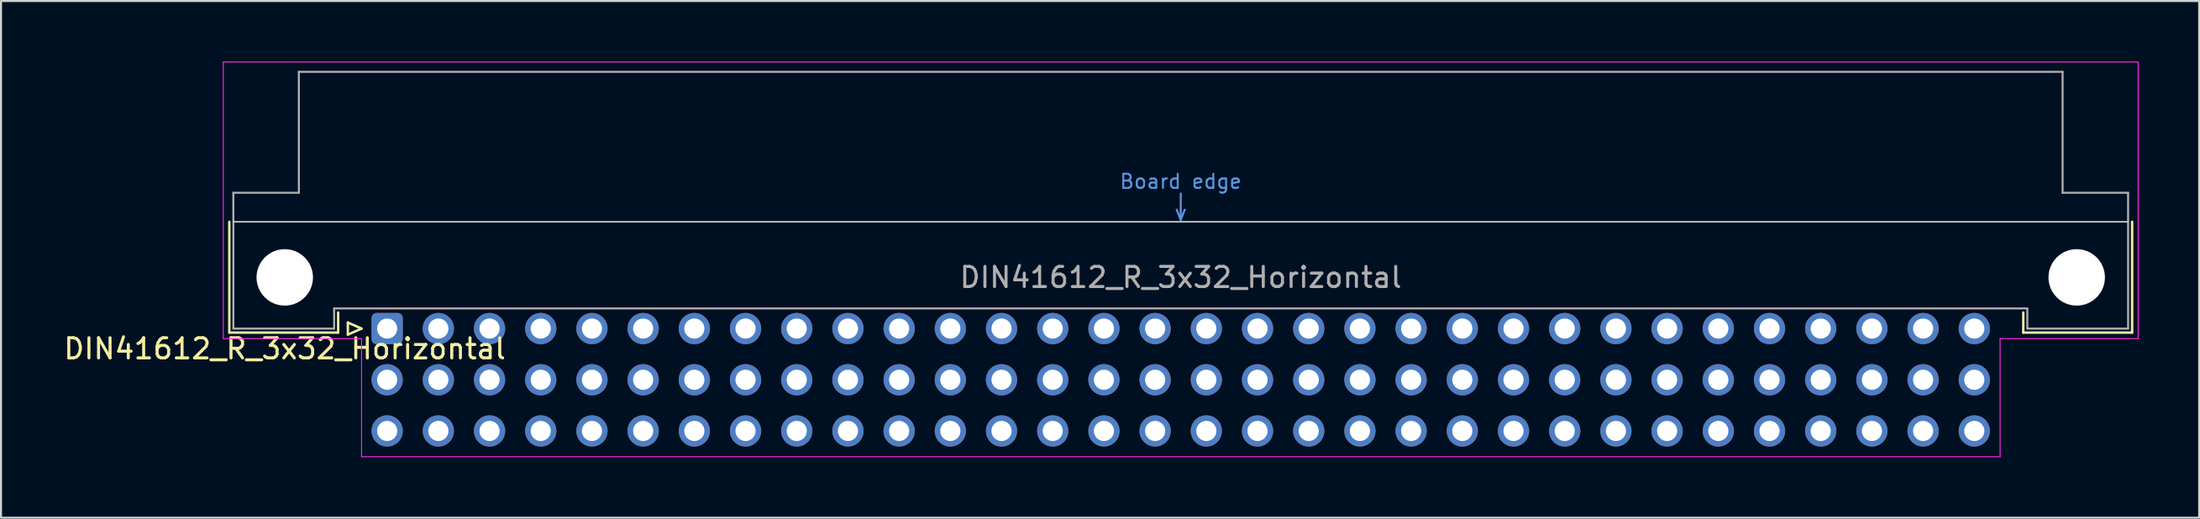
<source format=kicad_pcb>
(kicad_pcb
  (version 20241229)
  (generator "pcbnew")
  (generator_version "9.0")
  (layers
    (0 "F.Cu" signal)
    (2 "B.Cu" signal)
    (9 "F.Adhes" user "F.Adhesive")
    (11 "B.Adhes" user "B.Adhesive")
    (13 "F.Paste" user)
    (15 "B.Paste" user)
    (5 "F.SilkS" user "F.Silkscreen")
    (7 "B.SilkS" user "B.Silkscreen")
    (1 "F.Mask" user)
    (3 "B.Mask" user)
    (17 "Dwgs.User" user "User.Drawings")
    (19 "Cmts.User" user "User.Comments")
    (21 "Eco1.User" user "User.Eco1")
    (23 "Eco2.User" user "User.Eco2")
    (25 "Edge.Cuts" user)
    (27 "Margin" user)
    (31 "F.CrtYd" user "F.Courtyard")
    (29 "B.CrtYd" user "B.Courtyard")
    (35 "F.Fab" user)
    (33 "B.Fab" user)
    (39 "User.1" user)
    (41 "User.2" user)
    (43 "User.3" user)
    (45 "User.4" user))
  (footprint "DIN41612_R_3x32_Horizontal"
    (layer "F.Cu")
    (at 16.157 13.255)
    (property "Reference" "DIN41612_R_3x32_Horizontal" (at -5.08 1 0) (layer "F.SilkS") (effects (font (size 1 1) (thickness 0.15))))
    (attr through_hole)
    (fp_line (start -7.83 -5.3) (end -7.83 0.2) (stroke (width 0.12) (type solid)) (layer "F.SilkS"))
    (fp_line (start -7.83 0.2) (end -2.43 0.2) (stroke (width 0.12) (type solid)) (layer "F.SilkS"))
    (fp_line (start -2.43 0.2) (end -2.43 -0.8) (stroke (width 0.12) (type solid)) (layer "F.SilkS"))
    (fp_line (start -1.95 -0.3) (end -1.95 0.3) (stroke (width 0.12) (type solid)) (layer "F.SilkS"))
    (fp_line (start -1.95 0.3) (end -1.27 0) (stroke (width 0.12) (type solid)) (layer "F.SilkS"))
    (fp_line (start -1.27 0) (end -1.95 -0.3) (stroke (width 0.12) (type solid)) (layer "F.SilkS"))
    (fp_line (start 81.17 0.2) (end 81.17 -0.8) (stroke (width 0.12) (type solid)) (layer "F.SilkS"))
    (fp_line (start 86.57 -5.3) (end 86.57 0.2) (stroke (width 0.12) (type solid)) (layer "F.SilkS"))
    (fp_line (start 86.57 0.2) (end 81.17 0.2) (stroke (width 0.12) (type solid)) (layer "F.SilkS"))
    (fp_line (start -7.63 -5.3) (end 86.37 -5.3) (stroke (width 0.08) (type solid)) (layer "Dwgs.User"))
    (fp_line (start 39.17 -5.9) (end 39.37 -5.4) (stroke (width 0.1) (type solid)) (layer "Cmts.User"))
    (fp_line (start 39.37 -5.4) (end 39.37 -6.7) (stroke (width 0.1) (type solid)) (layer "Cmts.User"))
    (fp_line (start 39.37 -5.4) (end 39.57 -5.9) (stroke (width 0.1) (type solid)) (layer "Cmts.User"))
    (fp_line (start -8.13 -13.23) (end -8.13 0.5) (stroke (width 0.05) (type solid)) (layer "F.CrtYd"))
    (fp_line (start -8.13 0.5) (end -1.27 0.5) (stroke (width 0.05) (type solid)) (layer "F.CrtYd"))
    (fp_line (start -1.27 0.5) (end -1.27 6.36) (stroke (width 0.05) (type solid)) (layer "F.CrtYd"))
    (fp_line (start -1.27 6.36) (end 80.02 6.36) (stroke (width 0.05) (type solid)) (layer "F.CrtYd"))
    (fp_line (start 80.02 0.5) (end 86.87 0.5) (stroke (width 0.05) (type solid)) (layer "F.CrtYd"))
    (fp_line (start 80.02 6.36) (end 80.02 0.5) (stroke (width 0.05) (type solid)) (layer "F.CrtYd"))
    (fp_line (start 86.87 -13.23) (end -8.13 -13.23) (stroke (width 0.05) (type solid)) (layer "F.CrtYd"))
    (fp_line (start 86.87 0.5) (end 86.87 -13.23) (stroke (width 0.05) (type solid)) (layer "F.CrtYd"))
    (fp_line (start -7.63 -6.74) (end -7.63 0) (stroke (width 0.1) (type solid)) (layer "F.Fab"))
    (fp_line (start -7.63 0) (end -2.63 0) (stroke (width 0.1) (type solid)) (layer "F.Fab"))
    (fp_line (start -4.38 -12.74) (end -4.38 -6.74) (stroke (width 0.1) (type solid)) (layer "F.Fab"))
    (fp_line (start -4.38 -6.74) (end -7.63 -6.74) (stroke (width 0.1) (type solid)) (layer "F.Fab"))
    (fp_line (start -2.63 -1) (end 81.37 -1) (stroke (width 0.1) (type solid)) (layer "F.Fab"))
    (fp_line (start -2.63 0) (end -2.63 -1) (stroke (width 0.1) (type solid)) (layer "F.Fab"))
    (fp_line (start 81.37 -1) (end 81.37 0) (stroke (width 0.1) (type solid)) (layer "F.Fab"))
    (fp_line (start 81.37 0) (end 86.37 0) (stroke (width 0.1) (type solid)) (layer "F.Fab"))
    (fp_line (start 83.12 -12.74) (end -4.38 -12.74) (stroke (width 0.1) (type solid)) (layer "F.Fab"))
    (fp_line (start 83.12 -6.74) (end 83.12 -12.74) (stroke (width 0.1) (type solid)) (layer "F.Fab"))
    (fp_line (start 86.37 -6.74) (end 83.12 -6.74) (stroke (width 0.1) (type solid)) (layer "F.Fab"))
    (fp_line (start 86.37 0) (end 86.37 -6.74) (stroke (width 0.1) (type solid)) (layer "F.Fab"))
    (fp_text user "Board edge" (at 39.37 -7.3 0) (layer "Cmts.User") (effects (font (size 0.7 0.7) (thickness 0.1))))
    (fp_text user "${REFERENCE}" (at 39.37 -2.54 0) (layer "F.Fab") (effects (font (size 1 1) (thickness 0.15))))
    (pad "" np_thru_hole circle (at -5.08 -2.54) (size 2.8 2.8) (drill 2.8) (layers "*.Cu" "*.Mask"))
    (pad "" np_thru_hole circle (at 83.82 -2.54) (size 2.8 2.8) (drill 2.8) (layers "*.Cu" "*.Mask"))
    (pad "a1" thru_hole roundrect (at 0 0) (size 1.55 1.55) (drill 1) (layers "*.Cu" "*.Mask") (roundrect_rratio 0.161))
    (pad "a2" thru_hole circle (at 2.54 0) (size 1.55 1.55) (drill 1) (layers "*.Cu" "*.Mask"))
    (pad "a3" thru_hole circle (at 5.08 0) (size 1.55 1.55) (drill 1) (layers "*.Cu" "*.Mask"))
    (pad "a4" thru_hole circle (at 7.62 0) (size 1.55 1.55) (drill 1) (layers "*.Cu" "*.Mask"))
    (pad "a5" thru_hole circle (at 10.16 0) (size 1.55 1.55) (drill 1) (layers "*.Cu" "*.Mask"))
    (pad "a6" thru_hole circle (at 12.7 0) (size 1.55 1.55) (drill 1) (layers "*.Cu" "*.Mask"))
    (pad "a7" thru_hole circle (at 15.24 0) (size 1.55 1.55) (drill 1) (layers "*.Cu" "*.Mask"))
    (pad "a8" thru_hole circle (at 17.78 0) (size 1.55 1.55) (drill 1) (layers "*.Cu" "*.Mask"))
    (pad "a9" thru_hole circle (at 20.32 0) (size 1.55 1.55) (drill 1) (layers "*.Cu" "*.Mask"))
    (pad "a10" thru_hole circle (at 22.86 0) (size 1.55 1.55) (drill 1) (layers "*.Cu" "*.Mask"))
    (pad "a11" thru_hole circle (at 25.4 0) (size 1.55 1.55) (drill 1) (layers "*.Cu" "*.Mask"))
    (pad "a12" thru_hole circle (at 27.94 0) (size 1.55 1.55) (drill 1) (layers "*.Cu" "*.Mask"))
    (pad "a13" thru_hole circle (at 30.48 0) (size 1.55 1.55) (drill 1) (layers "*.Cu" "*.Mask"))
    (pad "a14" thru_hole circle (at 33.02 0) (size 1.55 1.55) (drill 1) (layers "*.Cu" "*.Mask"))
    (pad "a15" thru_hole circle (at 35.56 0) (size 1.55 1.55) (drill 1) (layers "*.Cu" "*.Mask"))
    (pad "a16" thru_hole circle (at 38.1 0) (size 1.55 1.55) (drill 1) (layers "*.Cu" "*.Mask"))
    (pad "a17" thru_hole circle (at 40.64 0) (size 1.55 1.55) (drill 1) (layers "*.Cu" "*.Mask"))
    (pad "a18" thru_hole circle (at 43.18 0) (size 1.55 1.55) (drill 1) (layers "*.Cu" "*.Mask"))
    (pad "a19" thru_hole circle (at 45.72 0) (size 1.55 1.55) (drill 1) (layers "*.Cu" "*.Mask"))
    (pad "a20" thru_hole circle (at 48.26 0) (size 1.55 1.55) (drill 1) (layers "*.Cu" "*.Mask"))
    (pad "a21" thru_hole circle (at 50.8 0) (size 1.55 1.55) (drill 1) (layers "*.Cu" "*.Mask"))
    (pad "a22" thru_hole circle (at 53.34 0) (size 1.55 1.55) (drill 1) (layers "*.Cu" "*.Mask"))
    (pad "a23" thru_hole circle (at 55.88 0) (size 1.55 1.55) (drill 1) (layers "*.Cu" "*.Mask"))
    (pad "a24" thru_hole circle (at 58.42 0) (size 1.55 1.55) (drill 1) (layers "*.Cu" "*.Mask"))
    (pad "a25" thru_hole circle (at 60.96 0) (size 1.55 1.55) (drill 1) (layers "*.Cu" "*.Mask"))
    (pad "a26" thru_hole circle (at 63.5 0) (size 1.55 1.55) (drill 1) (layers "*.Cu" "*.Mask"))
    (pad "a27" thru_hole circle (at 66.04 0) (size 1.55 1.55) (drill 1) (layers "*.Cu" "*.Mask"))
    (pad "a28" thru_hole circle (at 68.58 0) (size 1.55 1.55) (drill 1) (layers "*.Cu" "*.Mask"))
    (pad "a29" thru_hole circle (at 71.12 0) (size 1.55 1.55) (drill 1) (layers "*.Cu" "*.Mask"))
    (pad "a30" thru_hole circle (at 73.66 0) (size 1.55 1.55) (drill 1) (layers "*.Cu" "*.Mask"))
    (pad "a31" thru_hole circle (at 76.2 0) (size 1.55 1.55) (drill 1) (layers "*.Cu" "*.Mask"))
    (pad "a32" thru_hole circle (at 78.74 0) (size 1.55 1.55) (drill 1) (layers "*.Cu" "*.Mask"))
    (pad "b1" thru_hole circle (at 0 2.54) (size 1.55 1.55) (drill 1) (layers "*.Cu" "*.Mask"))
    (pad "b2" thru_hole circle (at 2.54 2.54) (size 1.55 1.55) (drill 1) (layers "*.Cu" "*.Mask"))
    (pad "b3" thru_hole circle (at 5.08 2.54) (size 1.55 1.55) (drill 1) (layers "*.Cu" "*.Mask"))
    (pad "b4" thru_hole circle (at 7.62 2.54) (size 1.55 1.55) (drill 1) (layers "*.Cu" "*.Mask"))
    (pad "b5" thru_hole circle (at 10.16 2.54) (size 1.55 1.55) (drill 1) (layers "*.Cu" "*.Mask"))
    (pad "b6" thru_hole circle (at 12.7 2.54) (size 1.55 1.55) (drill 1) (layers "*.Cu" "*.Mask"))
    (pad "b7" thru_hole circle (at 15.24 2.54) (size 1.55 1.55) (drill 1) (layers "*.Cu" "*.Mask"))
    (pad "b8" thru_hole circle (at 17.78 2.54) (size 1.55 1.55) (drill 1) (layers "*.Cu" "*.Mask"))
    (pad "b9" thru_hole circle (at 20.32 2.54) (size 1.55 1.55) (drill 1) (layers "*.Cu" "*.Mask"))
    (pad "b10" thru_hole circle (at 22.86 2.54) (size 1.55 1.55) (drill 1) (layers "*.Cu" "*.Mask"))
    (pad "b11" thru_hole circle (at 25.4 2.54) (size 1.55 1.55) (drill 1) (layers "*.Cu" "*.Mask"))
    (pad "b12" thru_hole circle (at 27.94 2.54) (size 1.55 1.55) (drill 1) (layers "*.Cu" "*.Mask"))
    (pad "b13" thru_hole circle (at 30.48 2.54) (size 1.55 1.55) (drill 1) (layers "*.Cu" "*.Mask"))
    (pad "b14" thru_hole circle (at 33.02 2.54) (size 1.55 1.55) (drill 1) (layers "*.Cu" "*.Mask"))
    (pad "b15" thru_hole circle (at 35.56 2.54) (size 1.55 1.55) (drill 1) (layers "*.Cu" "*.Mask"))
    (pad "b16" thru_hole circle (at 38.1 2.54) (size 1.55 1.55) (drill 1) (layers "*.Cu" "*.Mask"))
    (pad "b17" thru_hole circle (at 40.64 2.54) (size 1.55 1.55) (drill 1) (layers "*.Cu" "*.Mask"))
    (pad "b18" thru_hole circle (at 43.18 2.54) (size 1.55 1.55) (drill 1) (layers "*.Cu" "*.Mask"))
    (pad "b19" thru_hole circle (at 45.72 2.54) (size 1.55 1.55) (drill 1) (layers "*.Cu" "*.Mask"))
    (pad "b20" thru_hole circle (at 48.26 2.54) (size 1.55 1.55) (drill 1) (layers "*.Cu" "*.Mask"))
    (pad "b21" thru_hole circle (at 50.8 2.54) (size 1.55 1.55) (drill 1) (layers "*.Cu" "*.Mask"))
    (pad "b22" thru_hole circle (at 53.34 2.54) (size 1.55 1.55) (drill 1) (layers "*.Cu" "*.Mask"))
    (pad "b23" thru_hole circle (at 55.88 2.54) (size 1.55 1.55) (drill 1) (layers "*.Cu" "*.Mask"))
    (pad "b24" thru_hole circle (at 58.42 2.54) (size 1.55 1.55) (drill 1) (layers "*.Cu" "*.Mask"))
    (pad "b25" thru_hole circle (at 60.96 2.54) (size 1.55 1.55) (drill 1) (layers "*.Cu" "*.Mask"))
    (pad "b26" thru_hole circle (at 63.5 2.54) (size 1.55 1.55) (drill 1) (layers "*.Cu" "*.Mask"))
    (pad "b27" thru_hole circle (at 66.04 2.54) (size 1.55 1.55) (drill 1) (layers "*.Cu" "*.Mask"))
    (pad "b28" thru_hole circle (at 68.58 2.54) (size 1.55 1.55) (drill 1) (layers "*.Cu" "*.Mask"))
    (pad "b29" thru_hole circle (at 71.12 2.54) (size 1.55 1.55) (drill 1) (layers "*.Cu" "*.Mask"))
    (pad "b30" thru_hole circle (at 73.66 2.54) (size 1.55 1.55) (drill 1) (layers "*.Cu" "*.Mask"))
    (pad "b31" thru_hole circle (at 76.2 2.54) (size 1.55 1.55) (drill 1) (layers "*.Cu" "*.Mask"))
    (pad "b32" thru_hole circle (at 78.74 2.54) (size 1.55 1.55) (drill 1) (layers "*.Cu" "*.Mask"))
    (pad "c1" thru_hole circle (at 0 5.08) (size 1.55 1.55) (drill 1) (layers "*.Cu" "*.Mask"))
    (pad "c2" thru_hole circle (at 2.54 5.08) (size 1.55 1.55) (drill 1) (layers "*.Cu" "*.Mask"))
    (pad "c3" thru_hole circle (at 5.08 5.08) (size 1.55 1.55) (drill 1) (layers "*.Cu" "*.Mask"))
    (pad "c4" thru_hole circle (at 7.62 5.08) (size 1.55 1.55) (drill 1) (layers "*.Cu" "*.Mask"))
    (pad "c5" thru_hole circle (at 10.16 5.08) (size 1.55 1.55) (drill 1) (layers "*.Cu" "*.Mask"))
    (pad "c6" thru_hole circle (at 12.7 5.08) (size 1.55 1.55) (drill 1) (layers "*.Cu" "*.Mask"))
    (pad "c7" thru_hole circle (at 15.24 5.08) (size 1.55 1.55) (drill 1) (layers "*.Cu" "*.Mask"))
    (pad "c8" thru_hole circle (at 17.78 5.08) (size 1.55 1.55) (drill 1) (layers "*.Cu" "*.Mask"))
    (pad "c9" thru_hole circle (at 20.32 5.08) (size 1.55 1.55) (drill 1) (layers "*.Cu" "*.Mask"))
    (pad "c10" thru_hole circle (at 22.86 5.08) (size 1.55 1.55) (drill 1) (layers "*.Cu" "*.Mask"))
    (pad "c11" thru_hole circle (at 25.4 5.08) (size 1.55 1.55) (drill 1) (layers "*.Cu" "*.Mask"))
    (pad "c12" thru_hole circle (at 27.94 5.08) (size 1.55 1.55) (drill 1) (layers "*.Cu" "*.Mask"))
    (pad "c13" thru_hole circle (at 30.48 5.08) (size 1.55 1.55) (drill 1) (layers "*.Cu" "*.Mask"))
    (pad "c14" thru_hole circle (at 33.02 5.08) (size 1.55 1.55) (drill 1) (layers "*.Cu" "*.Mask"))
    (pad "c15" thru_hole circle (at 35.56 5.08) (size 1.55 1.55) (drill 1) (layers "*.Cu" "*.Mask"))
    (pad "c16" thru_hole circle (at 38.1 5.08) (size 1.55 1.55) (drill 1) (layers "*.Cu" "*.Mask"))
    (pad "c17" thru_hole circle (at 40.64 5.08) (size 1.55 1.55) (drill 1) (layers "*.Cu" "*.Mask"))
    (pad "c18" thru_hole circle (at 43.18 5.08) (size 1.55 1.55) (drill 1) (layers "*.Cu" "*.Mask"))
    (pad "c19" thru_hole circle (at 45.72 5.08) (size 1.55 1.55) (drill 1) (layers "*.Cu" "*.Mask"))
    (pad "c20" thru_hole circle (at 48.26 5.08) (size 1.55 1.55) (drill 1) (layers "*.Cu" "*.Mask"))
    (pad "c21" thru_hole circle (at 50.8 5.08) (size 1.55 1.55) (drill 1) (layers "*.Cu" "*.Mask"))
    (pad "c22" thru_hole circle (at 53.34 5.08) (size 1.55 1.55) (drill 1) (layers "*.Cu" "*.Mask"))
    (pad "c23" thru_hole circle (at 55.88 5.08) (size 1.55 1.55) (drill 1) (layers "*.Cu" "*.Mask"))
    (pad "c24" thru_hole circle (at 58.42 5.08) (size 1.55 1.55) (drill 1) (layers "*.Cu" "*.Mask"))
    (pad "c25" thru_hole circle (at 60.96 5.08) (size 1.55 1.55) (drill 1) (layers "*.Cu" "*.Mask"))
    (pad "c26" thru_hole circle (at 63.5 5.08) (size 1.55 1.55) (drill 1) (layers "*.Cu" "*.Mask"))
    (pad "c27" thru_hole circle (at 66.04 5.08) (size 1.55 1.55) (drill 1) (layers "*.Cu" "*.Mask"))
    (pad "c28" thru_hole circle (at 68.58 5.08) (size 1.55 1.55) (drill 1) (layers "*.Cu" "*.Mask"))
    (pad "c29" thru_hole circle (at 71.12 5.08) (size 1.55 1.55) (drill 1) (layers "*.Cu" "*.Mask"))
    (pad "c30" thru_hole circle (at 73.66 5.08) (size 1.55 1.55) (drill 1) (layers "*.Cu" "*.Mask"))
    (pad "c31" thru_hole circle (at 76.2 5.08) (size 1.55 1.55) (drill 1) (layers "*.Cu" "*.Mask"))
    (pad "c32" thru_hole circle (at 78.74 5.08) (size 1.55 1.55) (drill 1) (layers "*.Cu" "*.Mask")))
  (gr_rect
    (start -3 -3)
    (end 106.052 22.64)
    (stroke (width 0.1) (type default))
    (fill no)
    (layer "Edge.Cuts")))
</source>
